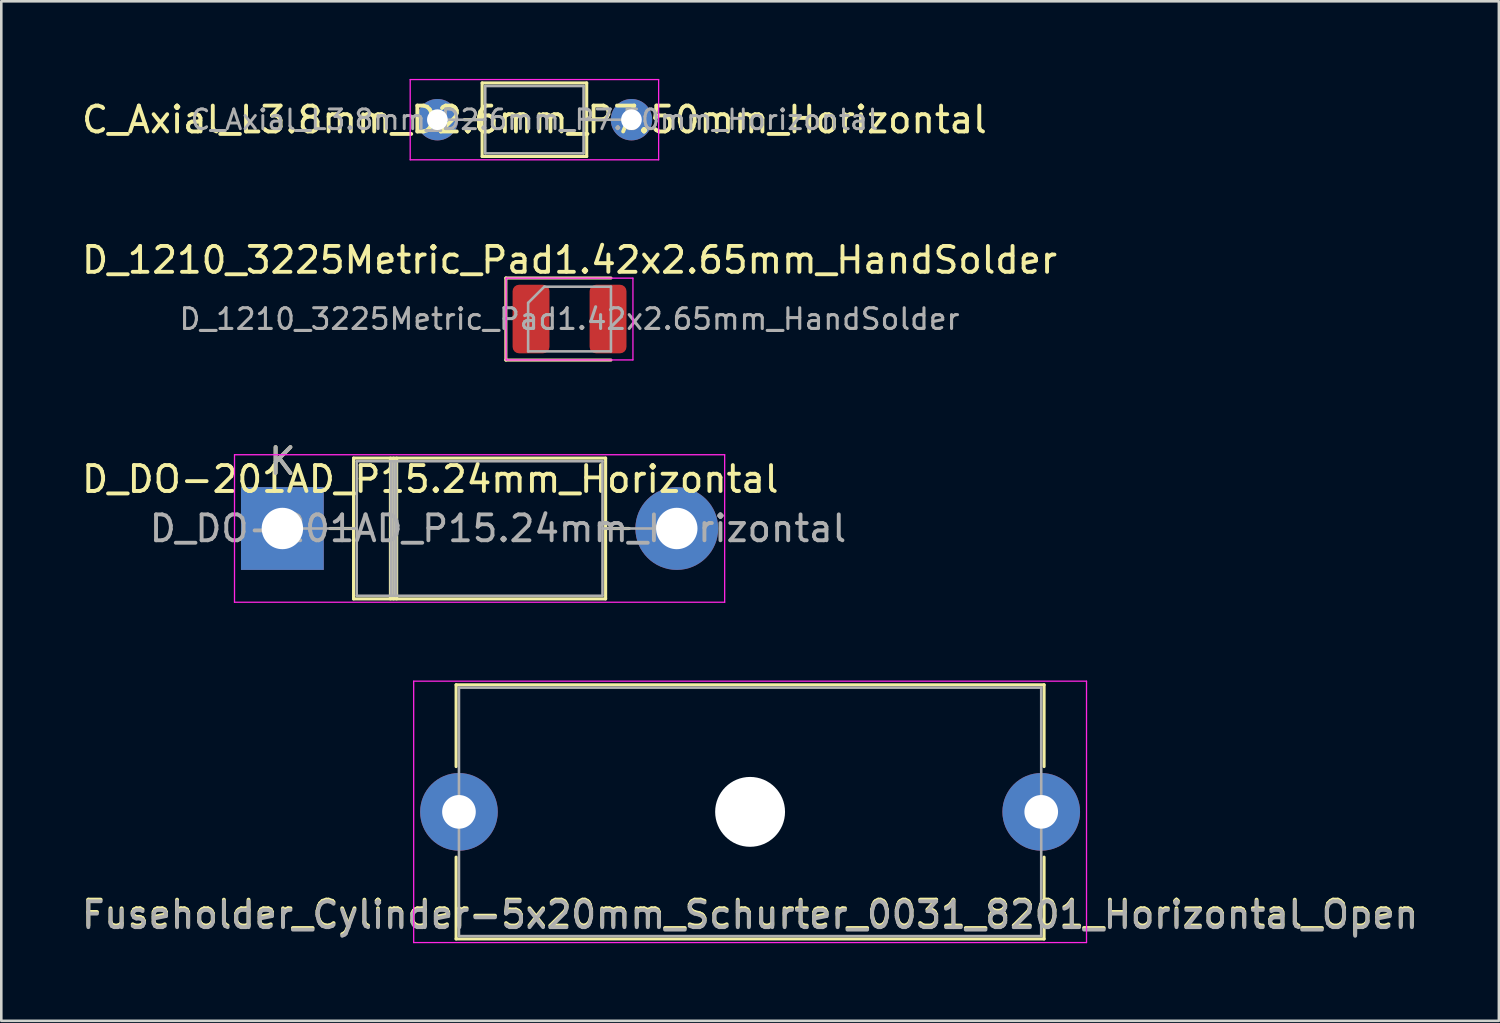
<source format=kicad_pcb>
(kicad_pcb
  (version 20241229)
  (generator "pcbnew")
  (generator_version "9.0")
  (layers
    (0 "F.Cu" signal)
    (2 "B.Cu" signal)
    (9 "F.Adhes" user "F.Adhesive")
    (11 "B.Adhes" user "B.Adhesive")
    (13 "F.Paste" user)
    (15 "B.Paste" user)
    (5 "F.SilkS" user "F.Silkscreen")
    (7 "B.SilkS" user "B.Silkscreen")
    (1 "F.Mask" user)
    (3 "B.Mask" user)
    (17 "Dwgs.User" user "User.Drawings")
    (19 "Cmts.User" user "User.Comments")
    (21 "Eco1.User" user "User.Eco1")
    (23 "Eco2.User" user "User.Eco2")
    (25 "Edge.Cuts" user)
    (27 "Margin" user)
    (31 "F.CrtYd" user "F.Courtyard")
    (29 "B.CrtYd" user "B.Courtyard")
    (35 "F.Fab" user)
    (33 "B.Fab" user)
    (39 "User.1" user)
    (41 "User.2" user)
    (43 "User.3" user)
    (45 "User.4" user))
  (footprint "D_DO-201AD_P15.24mm_Horizontal"
    (layer "F.Cu")
    (at 7.862 17.372)
    (property "Reference" "D_DO-201AD_P15.24mm_Horizontal" (at 5.715 -1.905 0) (layer "F.SilkS") (effects (font (size 1 1) (thickness 0.15))))
    (attr through_hole)
    (fp_line (start 1.84 0) (end 2.75 0) (stroke (width 0.12) (type solid)) (layer "F.SilkS"))
    (fp_line (start 2.75 -2.72) (end 2.75 2.72) (stroke (width 0.12) (type solid)) (layer "F.SilkS"))
    (fp_line (start 2.75 2.72) (end 12.49 2.72) (stroke (width 0.12) (type solid)) (layer "F.SilkS"))
    (fp_line (start 4.175 -2.72) (end 4.175 2.72) (stroke (width 0.12) (type solid)) (layer "F.SilkS"))
    (fp_line (start 4.295 -2.72) (end 4.295 2.72) (stroke (width 0.12) (type solid)) (layer "F.SilkS"))
    (fp_line (start 4.415 -2.72) (end 4.415 2.72) (stroke (width 0.12) (type solid)) (layer "F.SilkS"))
    (fp_line (start 12.49 -2.72) (end 2.75 -2.72) (stroke (width 0.12) (type solid)) (layer "F.SilkS"))
    (fp_line (start 12.49 2.72) (end 12.49 -2.72) (stroke (width 0.12) (type solid)) (layer "F.SilkS"))
    (fp_line (start 13.4 0) (end 12.49 0) (stroke (width 0.12) (type solid)) (layer "F.SilkS"))
    (fp_line (start -1.85 -2.85) (end -1.85 2.85) (stroke (width 0.05) (type solid)) (layer "F.CrtYd"))
    (fp_line (start -1.85 2.85) (end 17.09 2.85) (stroke (width 0.05) (type solid)) (layer "F.CrtYd"))
    (fp_line (start 17.09 -2.85) (end -1.85 -2.85) (stroke (width 0.05) (type solid)) (layer "F.CrtYd"))
    (fp_line (start 17.09 2.85) (end 17.09 -2.85) (stroke (width 0.05) (type solid)) (layer "F.CrtYd"))
    (fp_line (start 0 0) (end 2.87 0) (stroke (width 0.1) (type solid)) (layer "F.Fab"))
    (fp_line (start 2.87 -2.6) (end 2.87 2.6) (stroke (width 0.1) (type solid)) (layer "F.Fab"))
    (fp_line (start 2.87 2.6) (end 12.37 2.6) (stroke (width 0.1) (type solid)) (layer "F.Fab"))
    (fp_line (start 4.195 -2.6) (end 4.195 2.6) (stroke (width 0.1) (type solid)) (layer "F.Fab"))
    (fp_line (start 4.295 -2.6) (end 4.295 2.6) (stroke (width 0.1) (type solid)) (layer "F.Fab"))
    (fp_line (start 4.395 -2.6) (end 4.395 2.6) (stroke (width 0.1) (type solid)) (layer "F.Fab"))
    (fp_line (start 12.37 -2.6) (end 2.87 -2.6) (stroke (width 0.1) (type solid)) (layer "F.Fab"))
    (fp_line (start 12.37 2.6) (end 12.37 -2.6) (stroke (width 0.1) (type solid)) (layer "F.Fab"))
    (fp_line (start 15.24 0) (end 12.37 0) (stroke (width 0.1) (type solid)) (layer "F.Fab"))
    (fp_text user "K" (at 0 -2.6 0) (layer "F.SilkS") (effects (font (size 1 1) (thickness 0.15))))
    (fp_text user "K" (at 0 -2.6 0) (layer "F.Fab") (effects (font (size 1 1) (thickness 0.15))))
    (fp_text user "${REFERENCE}" (at 8.332 0 0) (layer "F.Fab") (effects (font (size 1 1) (thickness 0.15))))
    (pad "1" thru_hole rect (at 0 0) (size 3.2 3.2) (drill 1.6) (layers "*.Cu" "*.Mask"))
    (pad "2" thru_hole oval (at 15.24 0) (size 3.2 3.2) (drill 1.6) (layers "*.Cu" "*.Mask")))
  (footprint "Fuseholder_Cylinder-5x20mm_Schurter_0031_8201_Horizontal_Open"
    (layer "F.Cu")
    (at 14.685 28.322)
    (property "Reference" "Fuseholder_Cylinder-5x20mm_Schurter_0031_8201_Horizontal_Open" (at 11.25 3.937 0) (layer "F.SilkS") (effects (font (size 1 1) (thickness 0.15))))
    (attr through_hole)
    (fp_line (start -0.11 -4.91) (end 22.61 -4.91) (stroke (width 0.12) (type solid)) (layer "F.SilkS"))
    (fp_line (start -0.11 -1.75) (end -0.11 -4.91) (stroke (width 0.12) (type solid)) (layer "F.SilkS"))
    (fp_line (start -0.11 4.91) (end -0.11 1.75) (stroke (width 0.12) (type solid)) (layer "F.SilkS"))
    (fp_line (start -0.11 4.91) (end 22.61 4.91) (stroke (width 0.12) (type solid)) (layer "F.SilkS"))
    (fp_line (start 22.61 -1.75) (end 22.61 -4.91) (stroke (width 0.12) (type solid)) (layer "F.SilkS"))
    (fp_line (start 22.61 4.91) (end 22.61 1.75) (stroke (width 0.12) (type solid)) (layer "F.SilkS"))
    (fp_line (start -1.75 -5.05) (end 24.25 -5.05) (stroke (width 0.05) (type solid)) (layer "F.CrtYd"))
    (fp_line (start -1.75 5.05) (end -1.75 -5.05) (stroke (width 0.05) (type solid)) (layer "F.CrtYd"))
    (fp_line (start 24.25 -5.05) (end 24.25 5.05) (stroke (width 0.05) (type solid)) (layer "F.CrtYd"))
    (fp_line (start 24.25 5.05) (end -1.75 5.05) (stroke (width 0.05) (type solid)) (layer "F.CrtYd"))
    (fp_line (start 0 -4.8) (end 0 4.8) (stroke (width 0.1) (type solid)) (layer "F.Fab"))
    (fp_line (start 0 4.8) (end 22.5 4.8) (stroke (width 0.1) (type solid)) (layer "F.Fab"))
    (fp_line (start 22.5 -4.8) (end 0 -4.8) (stroke (width 0.1) (type solid)) (layer "F.Fab"))
    (fp_line (start 22.5 4.8) (end 22.5 -4.8) (stroke (width 0.1) (type solid)) (layer "F.Fab"))
    (fp_text user "${REFERENCE}" (at 11.25 4 0) (layer "F.Fab") (effects (font (size 1 1) (thickness 0.15))))
    (pad "" np_thru_hole circle (at 11.25 0) (size 2.7 2.7) (drill 2.7) (layers "*.Cu" "*.Mask"))
    (pad "1" thru_hole circle (at 0 0) (size 3 3) (drill 1.3) (layers "*.Cu" "*.Mask"))
    (pad "2" thru_hole circle (at 22.5 0) (size 3 3) (drill 1.3) (layers "*.Cu" "*.Mask")))
  (footprint "C_Axial_L3.8mm_D2.6mm_P7.50mm_Horizontal"
    (layer "F.Cu")
    (at 13.851 1.575)
    (property "Reference" "C_Axial_L3.8mm_D2.6mm_P7.50mm_Horizontal" (at 3.75 0 0) (layer "F.SilkS") (effects (font (size 1 1) (thickness 0.15))))
    (attr through_hole)
    (fp_line (start 1.04 0) (end 1.73 0) (stroke (width 0.12) (type solid)) (layer "F.SilkS"))
    (fp_line (start 1.73 -1.42) (end 1.73 1.42) (stroke (width 0.12) (type solid)) (layer "F.SilkS"))
    (fp_line (start 1.73 1.42) (end 5.77 1.42) (stroke (width 0.12) (type solid)) (layer "F.SilkS"))
    (fp_line (start 5.77 -1.42) (end 1.73 -1.42) (stroke (width 0.12) (type solid)) (layer "F.SilkS"))
    (fp_line (start 5.77 1.42) (end 5.77 -1.42) (stroke (width 0.12) (type solid)) (layer "F.SilkS"))
    (fp_line (start 6.46 0) (end 5.77 0) (stroke (width 0.12) (type solid)) (layer "F.SilkS"))
    (fp_line (start -1.05 -1.55) (end -1.05 1.55) (stroke (width 0.05) (type solid)) (layer "F.CrtYd"))
    (fp_line (start -1.05 1.55) (end 8.55 1.55) (stroke (width 0.05) (type solid)) (layer "F.CrtYd"))
    (fp_line (start 8.55 -1.55) (end -1.05 -1.55) (stroke (width 0.05) (type solid)) (layer "F.CrtYd"))
    (fp_line (start 8.55 1.55) (end 8.55 -1.55) (stroke (width 0.05) (type solid)) (layer "F.CrtYd"))
    (fp_line (start 0 0) (end 1.85 0) (stroke (width 0.1) (type solid)) (layer "F.Fab"))
    (fp_line (start 1.85 -1.3) (end 1.85 1.3) (stroke (width 0.1) (type solid)) (layer "F.Fab"))
    (fp_line (start 1.85 1.3) (end 5.65 1.3) (stroke (width 0.1) (type solid)) (layer "F.Fab"))
    (fp_line (start 5.65 -1.3) (end 1.85 -1.3) (stroke (width 0.1) (type solid)) (layer "F.Fab"))
    (fp_line (start 5.65 1.3) (end 5.65 -1.3) (stroke (width 0.1) (type solid)) (layer "F.Fab"))
    (fp_line (start 7.5 0) (end 5.65 0) (stroke (width 0.1) (type solid)) (layer "F.Fab"))
    (fp_text user "${REFERENCE}" (at 3.75 0 0) (layer "F.Fab") (effects (font (size 0.76 0.76) (thickness 0.114))))
    (pad "1" thru_hole circle (at 0 0) (size 1.6 1.6) (drill 0.8) (layers "*.Cu" "*.Mask"))
    (pad "2" thru_hole oval (at 7.5 0) (size 1.6 1.6) (drill 0.8) (layers "*.Cu" "*.Mask")))
  (footprint "D_1210_3225Metric_Pad1.42x2.65mm_HandSolder"
    (layer "F.Cu")
    (at 18.958 9.278)
    (property "Reference" "D_1210_3225Metric_Pad1.42x2.65mm_HandSolder" (at 0 -2.28 180) (layer "F.SilkS") (effects (font (size 1 1) (thickness 0.15))))
    (attr smd)
    (fp_line (start -2.46 -1.585) (end -2.46 1.585) (stroke (width 0.12) (type solid)) (layer "F.SilkS"))
    (fp_line (start -2.46 1.585) (end 1.6 1.585) (stroke (width 0.12) (type solid)) (layer "F.SilkS"))
    (fp_line (start 1.6 -1.585) (end -2.46 -1.585) (stroke (width 0.12) (type solid)) (layer "F.SilkS"))
    (fp_line (start -2.45 -1.58) (end 2.45 -1.58) (stroke (width 0.05) (type solid)) (layer "F.CrtYd"))
    (fp_line (start -2.45 1.58) (end -2.45 -1.58) (stroke (width 0.05) (type solid)) (layer "F.CrtYd"))
    (fp_line (start 2.45 -1.58) (end 2.45 1.58) (stroke (width 0.05) (type solid)) (layer "F.CrtYd"))
    (fp_line (start 2.45 1.58) (end -2.45 1.58) (stroke (width 0.05) (type solid)) (layer "F.CrtYd"))
    (fp_line (start -1.6 -0.625) (end -1.6 1.25) (stroke (width 0.1) (type solid)) (layer "F.Fab"))
    (fp_line (start -1.6 1.25) (end 1.6 1.25) (stroke (width 0.1) (type solid)) (layer "F.Fab"))
    (fp_line (start -0.975 -1.25) (end -1.6 -0.625) (stroke (width 0.1) (type solid)) (layer "F.Fab"))
    (fp_line (start 1.6 -1.25) (end -0.975 -1.25) (stroke (width 0.1) (type solid)) (layer "F.Fab"))
    (fp_line (start 1.6 1.25) (end 1.6 -1.25) (stroke (width 0.1) (type solid)) (layer "F.Fab"))
    (fp_text user "${REFERENCE}" (at 0 0 180) (layer "F.Fab") (effects (font (size 0.8 0.8) (thickness 0.12))))
    (pad "1" smd roundrect (at -1.488 0) (size 1.425 2.65) (layers "F.Cu" "F.Mask" "F.Paste") (roundrect_rratio 0.175))
    (pad "2" smd roundrect (at 1.488 0) (size 1.425 2.65) (layers "F.Cu" "F.Mask" "F.Paste") (roundrect_rratio 0.175)))
  (gr_rect
    (start -3 -3)
    (end 54.869 36.397)
    (stroke (width 0.1) (type default))
    (fill no)
    (layer "Edge.Cuts")))
</source>
